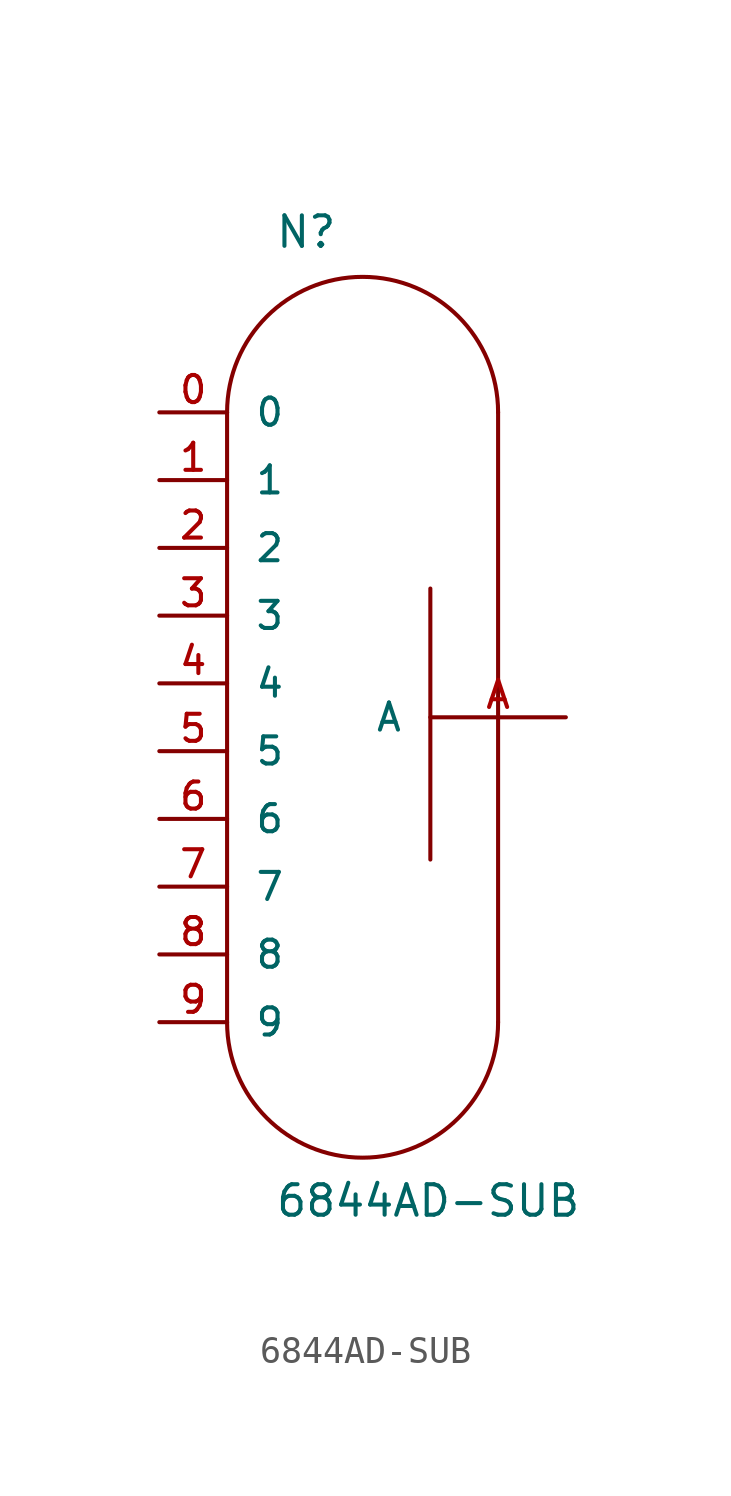
<source format=kicad_sym>
(kicad_symbol_lib
  (version 20241209)
  (generator "kicad_symbol_editor")
  (generator_version "9.0")
  (symbol "6844AD-SUB"
    (pin_names
      (offset 1.016))
    (property "Reference" "N"
      (at -38.862 41.656 0)
      (effects (font (size 1.143 1.143)) (justify left bottom)))
    (property "Value" "6844AD-SUB"
      (at -38.862 5.334 0)
      (effects (font (size 1.143 1.143)) (justify left bottom)))
    (property "ki_locked" ""
      (at 0 0 0)
      (effects (font (size 1.27 1.27))))
    (symbol "6844AD-SUB_1_0"
      (polyline (pts (xy -40.64 35.56) (xy -40.64 12.7)) (stroke (width 0) (type solid)) (fill (type none)))
      (polyline (pts (xy -33.02 28.956) (xy -33.02 18.796)) (stroke (width 0) (type solid)) (fill (type none)))
      (polyline (pts (xy -30.48 35.56) (xy -30.48 12.7)) (stroke (width 0) (type solid)) (fill (type none))))
    (symbol "6844AD-SUB_1_1"
      (arc (start -40.64 35.56) (mid -35.56 40.64) (end -30.48 35.56) (stroke (width 0) (type solid)) (fill (type none)))
      (arc (start -30.48 12.7) (mid -35.56 7.62) (end -40.64 12.7) (stroke (width 0) (type solid)) (fill (type none)))
      (pin passive line (at -43.18 35.56 0) (length 2.54) (name "0" (effects (font (size 1.016 1.016)))) (number "0" (effects (font (size 1.016 1.016)))))
      (pin passive line (at -43.18 33.02 0) (length 2.54) (name "1" (effects (font (size 1.016 1.016)))) (number "1" (effects (font (size 1.016 1.016)))))
      (pin passive line (at -43.18 30.48 0) (length 2.54) (name "2" (effects (font (size 1.016 1.016)))) (number "2" (effects (font (size 1.016 1.016)))))
      (pin passive line (at -43.18 27.94 0) (length 2.54) (name "3" (effects (font (size 1.016 1.016)))) (number "3" (effects (font (size 1.016 1.016)))))
      (pin passive line (at -43.18 25.4 0) (length 2.54) (name "4" (effects (font (size 1.016 1.016)))) (number "4" (effects (font (size 1.016 1.016)))))
      (pin passive line (at -43.18 22.86 0) (length 2.54) (name "5" (effects (font (size 1.016 1.016)))) (number "5" (effects (font (size 1.016 1.016)))))
      (pin passive line (at -43.18 20.32 0) (length 2.54) (name "6" (effects (font (size 1.016 1.016)))) (number "6" (effects (font (size 1.016 1.016)))))
      (pin passive line (at -43.18 17.78 0) (length 2.54) (name "7" (effects (font (size 1.016 1.016)))) (number "7" (effects (font (size 1.016 1.016)))))
      (pin passive line (at -43.18 15.24 0) (length 2.54) (name "8" (effects (font (size 1.016 1.016)))) (number "8" (effects (font (size 1.016 1.016)))))
      (pin passive line (at -43.18 12.7 0) (length 2.54) (name "9" (effects (font (size 1.016 1.016)))) (number "9" (effects (font (size 1.016 1.016)))))
      (pin passive line (at -27.94 24.13 180) (length 5.08) (name "A" (effects (font (size 1.016 1.016)))) (number "A" (effects (font (size 1.016 1.016))))))))
</source>
